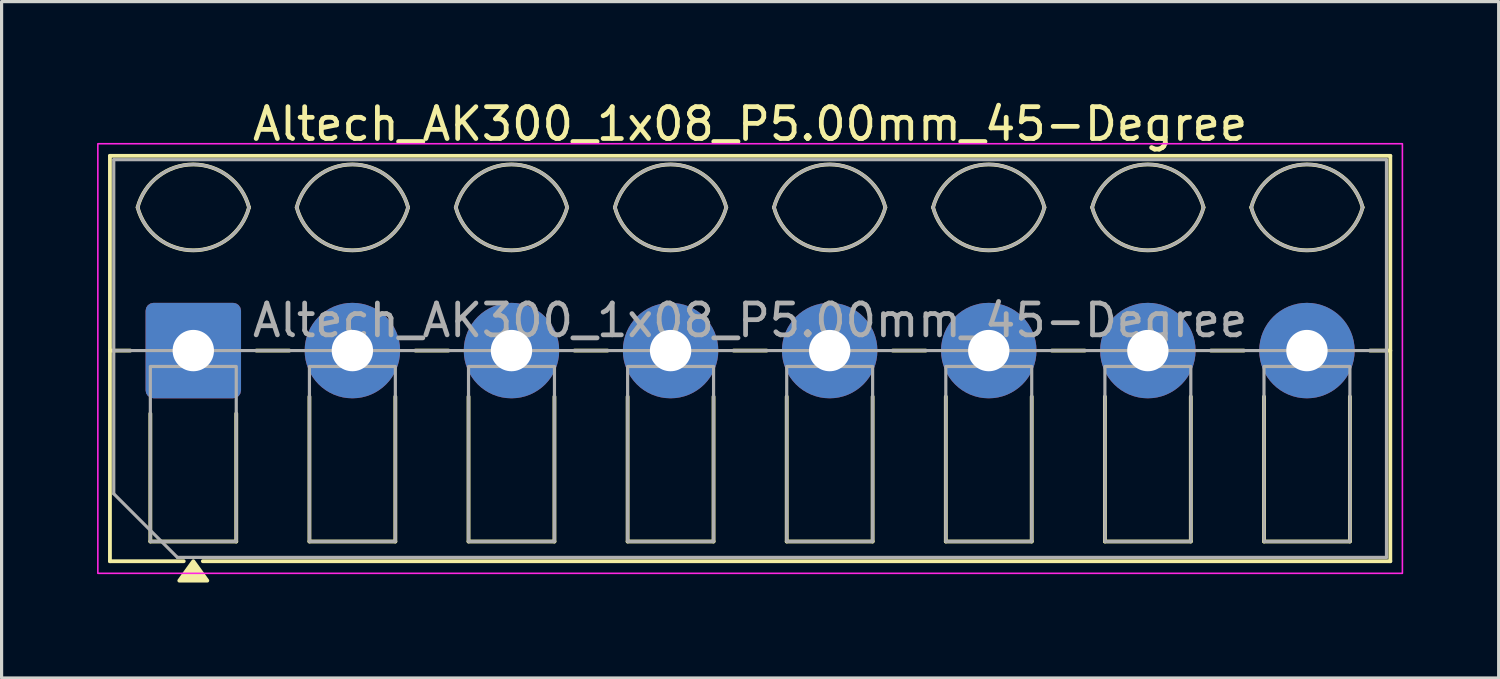
<source format=kicad_pcb>
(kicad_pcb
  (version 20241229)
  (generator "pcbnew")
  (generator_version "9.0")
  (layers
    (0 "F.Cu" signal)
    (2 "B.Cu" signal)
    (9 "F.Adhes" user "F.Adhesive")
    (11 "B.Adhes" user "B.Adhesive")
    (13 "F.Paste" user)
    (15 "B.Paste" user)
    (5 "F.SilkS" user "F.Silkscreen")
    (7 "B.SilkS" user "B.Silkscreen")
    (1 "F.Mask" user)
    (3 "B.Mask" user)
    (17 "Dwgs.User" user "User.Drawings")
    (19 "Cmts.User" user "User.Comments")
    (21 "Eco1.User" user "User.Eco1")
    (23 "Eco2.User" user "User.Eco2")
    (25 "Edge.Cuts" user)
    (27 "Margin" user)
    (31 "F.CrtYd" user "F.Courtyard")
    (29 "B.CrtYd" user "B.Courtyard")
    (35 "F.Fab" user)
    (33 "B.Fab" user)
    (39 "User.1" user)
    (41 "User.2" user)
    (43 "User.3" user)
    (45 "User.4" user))
  (footprint "Altech_AK300_1x08_P5.00mm_45-Degree"
    (layer "F.Cu")
    (at 3.025 7.968)
    (property "Reference" "Altech_AK300_1x08_P5.00mm_45-Degree" (at 17.5 -7.12 0) (layer "F.SilkS") (effects (font (size 1 1) (thickness 0.15))))
    (attr through_hole)
    (fp_line (start -2.62 -6.12) (end 37.62 -6.12) (stroke (width 0.12) (type solid)) (layer "F.SilkS"))
    (fp_line (start -2.62 0) (end -1.98 0) (stroke (width 0.12) (type solid)) (layer "F.SilkS"))
    (fp_line (start -2.62 6.62) (end -2.62 -6.12) (stroke (width 0.12) (type solid)) (layer "F.SilkS"))
    (fp_line (start -1.35 6) (end -1.35 1.98) (stroke (width 0.12) (type solid)) (layer "F.SilkS"))
    (fp_line (start -0.3 6.62) (end -2.62 6.62) (stroke (width 0.12) (type solid)) (layer "F.SilkS"))
    (fp_line (start 1.35 1.98) (end 1.35 6) (stroke (width 0.12) (type solid)) (layer "F.SilkS"))
    (fp_line (start 1.35 6) (end -1.35 6) (stroke (width 0.12) (type solid)) (layer "F.SilkS"))
    (fp_line (start 1.98 0) (end 3.02 0) (stroke (width 0.12) (type solid)) (layer "F.SilkS"))
    (fp_line (start 3.65 6) (end 3.65 1.448) (stroke (width 0.12) (type solid)) (layer "F.SilkS"))
    (fp_line (start 6.35 1.448) (end 6.35 6) (stroke (width 0.12) (type solid)) (layer "F.SilkS"))
    (fp_line (start 6.35 6) (end 3.65 6) (stroke (width 0.12) (type solid)) (layer "F.SilkS"))
    (fp_line (start 6.98 0) (end 8.02 0) (stroke (width 0.12) (type solid)) (layer "F.SilkS"))
    (fp_line (start 8.65 6) (end 8.65 1.448) (stroke (width 0.12) (type solid)) (layer "F.SilkS"))
    (fp_line (start 11.35 1.448) (end 11.35 6) (stroke (width 0.12) (type solid)) (layer "F.SilkS"))
    (fp_line (start 11.35 6) (end 8.65 6) (stroke (width 0.12) (type solid)) (layer "F.SilkS"))
    (fp_line (start 11.98 0) (end 13.02 0) (stroke (width 0.12) (type solid)) (layer "F.SilkS"))
    (fp_line (start 13.65 6) (end 13.65 1.448) (stroke (width 0.12) (type solid)) (layer "F.SilkS"))
    (fp_line (start 16.35 1.448) (end 16.35 6) (stroke (width 0.12) (type solid)) (layer "F.SilkS"))
    (fp_line (start 16.35 6) (end 13.65 6) (stroke (width 0.12) (type solid)) (layer "F.SilkS"))
    (fp_line (start 16.98 0) (end 18.02 0) (stroke (width 0.12) (type solid)) (layer "F.SilkS"))
    (fp_line (start 18.65 6) (end 18.65 1.448) (stroke (width 0.12) (type solid)) (layer "F.SilkS"))
    (fp_line (start 21.35 1.448) (end 21.35 6) (stroke (width 0.12) (type solid)) (layer "F.SilkS"))
    (fp_line (start 21.35 6) (end 18.65 6) (stroke (width 0.12) (type solid)) (layer "F.SilkS"))
    (fp_line (start 21.98 0) (end 23.02 0) (stroke (width 0.12) (type solid)) (layer "F.SilkS"))
    (fp_line (start 23.65 6) (end 23.65 1.448) (stroke (width 0.12) (type solid)) (layer "F.SilkS"))
    (fp_line (start 26.35 1.448) (end 26.35 6) (stroke (width 0.12) (type solid)) (layer "F.SilkS"))
    (fp_line (start 26.35 6) (end 23.65 6) (stroke (width 0.12) (type solid)) (layer "F.SilkS"))
    (fp_line (start 26.98 0) (end 28.02 0) (stroke (width 0.12) (type solid)) (layer "F.SilkS"))
    (fp_line (start 28.65 6) (end 28.65 1.448) (stroke (width 0.12) (type solid)) (layer "F.SilkS"))
    (fp_line (start 31.35 1.448) (end 31.35 6) (stroke (width 0.12) (type solid)) (layer "F.SilkS"))
    (fp_line (start 31.35 6) (end 28.65 6) (stroke (width 0.12) (type solid)) (layer "F.SilkS"))
    (fp_line (start 31.98 0) (end 33.02 0) (stroke (width 0.12) (type solid)) (layer "F.SilkS"))
    (fp_line (start 33.65 6) (end 33.65 1.448) (stroke (width 0.12) (type solid)) (layer "F.SilkS"))
    (fp_line (start 36.35 1.448) (end 36.35 6) (stroke (width 0.12) (type solid)) (layer "F.SilkS"))
    (fp_line (start 36.35 6) (end 33.65 6) (stroke (width 0.12) (type solid)) (layer "F.SilkS"))
    (fp_line (start 36.98 0) (end 37.62 0) (stroke (width 0.12) (type solid)) (layer "F.SilkS"))
    (fp_line (start 37.62 -6.12) (end 37.62 6.62) (stroke (width 0.12) (type solid)) (layer "F.SilkS"))
    (fp_line (start 37.62 6.62) (end 0.3 6.62) (stroke (width 0.12) (type solid)) (layer "F.SilkS"))
    (fp_arc (start -1.75 -4.5) (mid 0 -5.85) (end 1.75 -4.5) (stroke (width 0.12) (type solid)) (layer "F.SilkS"))
    (fp_arc (start 1.75 -4.5) (mid 0 -3.15) (end -1.75 -4.5) (stroke (width 0.12) (type solid)) (layer "F.SilkS"))
    (fp_arc (start 3.25 -4.5) (mid 5 -5.85) (end 6.75 -4.5) (stroke (width 0.12) (type solid)) (layer "F.SilkS"))
    (fp_arc (start 6.75 -4.5) (mid 5 -3.15) (end 3.25 -4.5) (stroke (width 0.12) (type solid)) (layer "F.SilkS"))
    (fp_arc (start 8.25 -4.5) (mid 10 -5.85) (end 11.75 -4.5) (stroke (width 0.12) (type solid)) (layer "F.SilkS"))
    (fp_arc (start 11.75 -4.5) (mid 10 -3.15) (end 8.25 -4.5) (stroke (width 0.12) (type solid)) (layer "F.SilkS"))
    (fp_arc (start 13.25 -4.5) (mid 15 -5.85) (end 16.75 -4.5) (stroke (width 0.12) (type solid)) (layer "F.SilkS"))
    (fp_arc (start 16.75 -4.5) (mid 15 -3.15) (end 13.25 -4.5) (stroke (width 0.12) (type solid)) (layer "F.SilkS"))
    (fp_arc (start 18.25 -4.5) (mid 20 -5.85) (end 21.75 -4.5) (stroke (width 0.12) (type solid)) (layer "F.SilkS"))
    (fp_arc (start 21.75 -4.5) (mid 20 -3.15) (end 18.25 -4.5) (stroke (width 0.12) (type solid)) (layer "F.SilkS"))
    (fp_arc (start 23.25 -4.5) (mid 25 -5.85) (end 26.75 -4.5) (stroke (width 0.12) (type solid)) (layer "F.SilkS"))
    (fp_arc (start 26.75 -4.5) (mid 25 -3.15) (end 23.25 -4.5) (stroke (width 0.12) (type solid)) (layer "F.SilkS"))
    (fp_arc (start 28.25 -4.5) (mid 30 -5.85) (end 31.75 -4.5) (stroke (width 0.12) (type solid)) (layer "F.SilkS"))
    (fp_arc (start 31.75 -4.5) (mid 30 -3.15) (end 28.25 -4.5) (stroke (width 0.12) (type solid)) (layer "F.SilkS"))
    (fp_arc (start 33.25 -4.5) (mid 35 -5.85) (end 36.75 -4.5) (stroke (width 0.12) (type solid)) (layer "F.SilkS"))
    (fp_arc (start 36.75 -4.5) (mid 35 -3.15) (end 33.25 -4.5) (stroke (width 0.12) (type solid)) (layer "F.SilkS"))
    (fp_poly (pts (xy 0 6.62) (xy 0.44 7.23) (xy -0.44 7.23)) (stroke (width 0.12) (type solid)) (fill yes) (layer "F.SilkS"))
    (fp_rect (start -3 -6.5) (end 38 7) (stroke (width 0.05) (type solid)) (fill no) (layer "F.CrtYd"))
    (fp_line (start -2.5 -6) (end 37.5 -6) (stroke (width 0.1) (type solid)) (layer "F.Fab"))
    (fp_line (start -2.5 0) (end 37.5 0) (stroke (width 0.1) (type solid)) (layer "F.Fab"))
    (fp_line (start -2.5 4.5) (end -2.5 -6) (stroke (width 0.1) (type solid)) (layer "F.Fab"))
    (fp_line (start -0.5 6.5) (end -2.5 4.5) (stroke (width 0.1) (type solid)) (layer "F.Fab"))
    (fp_line (start 37.5 -6) (end 37.5 6.5) (stroke (width 0.1) (type solid)) (layer "F.Fab"))
    (fp_line (start 37.5 6.5) (end -0.5 6.5) (stroke (width 0.1) (type solid)) (layer "F.Fab"))
    (fp_rect (start -1.35 0.5) (end 1.35 6) (stroke (width 0.1) (type solid)) (fill no) (layer "F.Fab"))
    (fp_rect (start 3.65 0.5) (end 6.35 6) (stroke (width 0.1) (type solid)) (fill no) (layer "F.Fab"))
    (fp_rect (start 8.65 0.5) (end 11.351 6) (stroke (width 0.1) (type solid)) (fill no) (layer "F.Fab"))
    (fp_rect (start 13.65 0.5) (end 16.351 6) (stroke (width 0.1) (type solid)) (fill no) (layer "F.Fab"))
    (fp_rect (start 18.65 0.5) (end 21.35 6) (stroke (width 0.1) (type solid)) (fill no) (layer "F.Fab"))
    (fp_rect (start 23.65 0.5) (end 26.35 6) (stroke (width 0.1) (type solid)) (fill no) (layer "F.Fab"))
    (fp_rect (start 28.65 0.5) (end 31.35 6) (stroke (width 0.1) (type solid)) (fill no) (layer "F.Fab"))
    (fp_rect (start 33.65 0.5) (end 36.35 6) (stroke (width 0.1) (type solid)) (fill no) (layer "F.Fab"))
    (fp_arc (start -1.75 -4.5) (mid 0 -5.85) (end 1.75 -4.5) (stroke (width 0.1) (type solid)) (layer "F.Fab"))
    (fp_arc (start 1.75 -4.5) (mid 0 -3.15) (end -1.75 -4.5) (stroke (width 0.1) (type solid)) (layer "F.Fab"))
    (fp_arc (start 3.25 -4.5) (mid 5 -5.85) (end 6.75 -4.5) (stroke (width 0.1) (type solid)) (layer "F.Fab"))
    (fp_arc (start 6.75 -4.5) (mid 5 -3.15) (end 3.25 -4.5) (stroke (width 0.1) (type solid)) (layer "F.Fab"))
    (fp_arc (start 8.25 -4.5) (mid 10 -5.85) (end 11.75 -4.5) (stroke (width 0.1) (type solid)) (layer "F.Fab"))
    (fp_arc (start 11.75 -4.5) (mid 10 -3.15) (end 8.25 -4.5) (stroke (width 0.1) (type solid)) (layer "F.Fab"))
    (fp_arc (start 13.25 -4.5) (mid 15 -5.85) (end 16.75 -4.5) (stroke (width 0.1) (type solid)) (layer "F.Fab"))
    (fp_arc (start 16.75 -4.5) (mid 15 -3.15) (end 13.25 -4.5) (stroke (width 0.1) (type solid)) (layer "F.Fab"))
    (fp_arc (start 18.25 -4.5) (mid 20 -5.85) (end 21.75 -4.5) (stroke (width 0.1) (type solid)) (layer "F.Fab"))
    (fp_arc (start 21.75 -4.5) (mid 20 -3.15) (end 18.25 -4.5) (stroke (width 0.1) (type solid)) (layer "F.Fab"))
    (fp_arc (start 23.25 -4.5) (mid 25 -5.85) (end 26.75 -4.5) (stroke (width 0.1) (type solid)) (layer "F.Fab"))
    (fp_arc (start 26.75 -4.5) (mid 25 -3.15) (end 23.25 -4.5) (stroke (width 0.1) (type solid)) (layer "F.Fab"))
    (fp_arc (start 28.25 -4.5) (mid 30 -5.85) (end 31.75 -4.5) (stroke (width 0.1) (type solid)) (layer "F.Fab"))
    (fp_arc (start 31.75 -4.5) (mid 30 -3.15) (end 28.25 -4.5) (stroke (width 0.1) (type solid)) (layer "F.Fab"))
    (fp_arc (start 33.25 -4.5) (mid 35 -5.85) (end 36.75 -4.5) (stroke (width 0.1) (type solid)) (layer "F.Fab"))
    (fp_arc (start 36.75 -4.5) (mid 35 -3.15) (end 33.25 -4.5) (stroke (width 0.1) (type solid)) (layer "F.Fab"))
    (fp_text user "${REFERENCE}" (at 17.5 -0.95 0) (layer "F.Fab") (effects (font (size 1 1) (thickness 0.15))))
    (pad "1" thru_hole roundrect (at 0 0) (size 3 3) (drill 1.3) (layers "*.Cu" "*.Mask") (roundrect_rratio 0.083))
    (pad "2" thru_hole circle (at 5 0) (size 3 3) (drill 1.3) (layers "*.Cu" "*.Mask"))
    (pad "3" thru_hole circle (at 10 0) (size 3 3) (drill 1.3) (layers "*.Cu" "*.Mask"))
    (pad "4" thru_hole circle (at 15 0) (size 3 3) (drill 1.3) (layers "*.Cu" "*.Mask"))
    (pad "5" thru_hole circle (at 20 0) (size 3 3) (drill 1.3) (layers "*.Cu" "*.Mask"))
    (pad "6" thru_hole circle (at 25 0) (size 3 3) (drill 1.3) (layers "*.Cu" "*.Mask"))
    (pad "7" thru_hole circle (at 30 0) (size 3 3) (drill 1.3) (layers "*.Cu" "*.Mask"))
    (pad "8" thru_hole circle (at 35 0) (size 3 3) (drill 1.3) (layers "*.Cu" "*.Mask")))
  (gr_rect
    (start -3 -3)
    (end 44.05 18.258)
    (stroke (width 0.1) (type default))
    (fill no)
    (layer "Edge.Cuts")))
</source>
